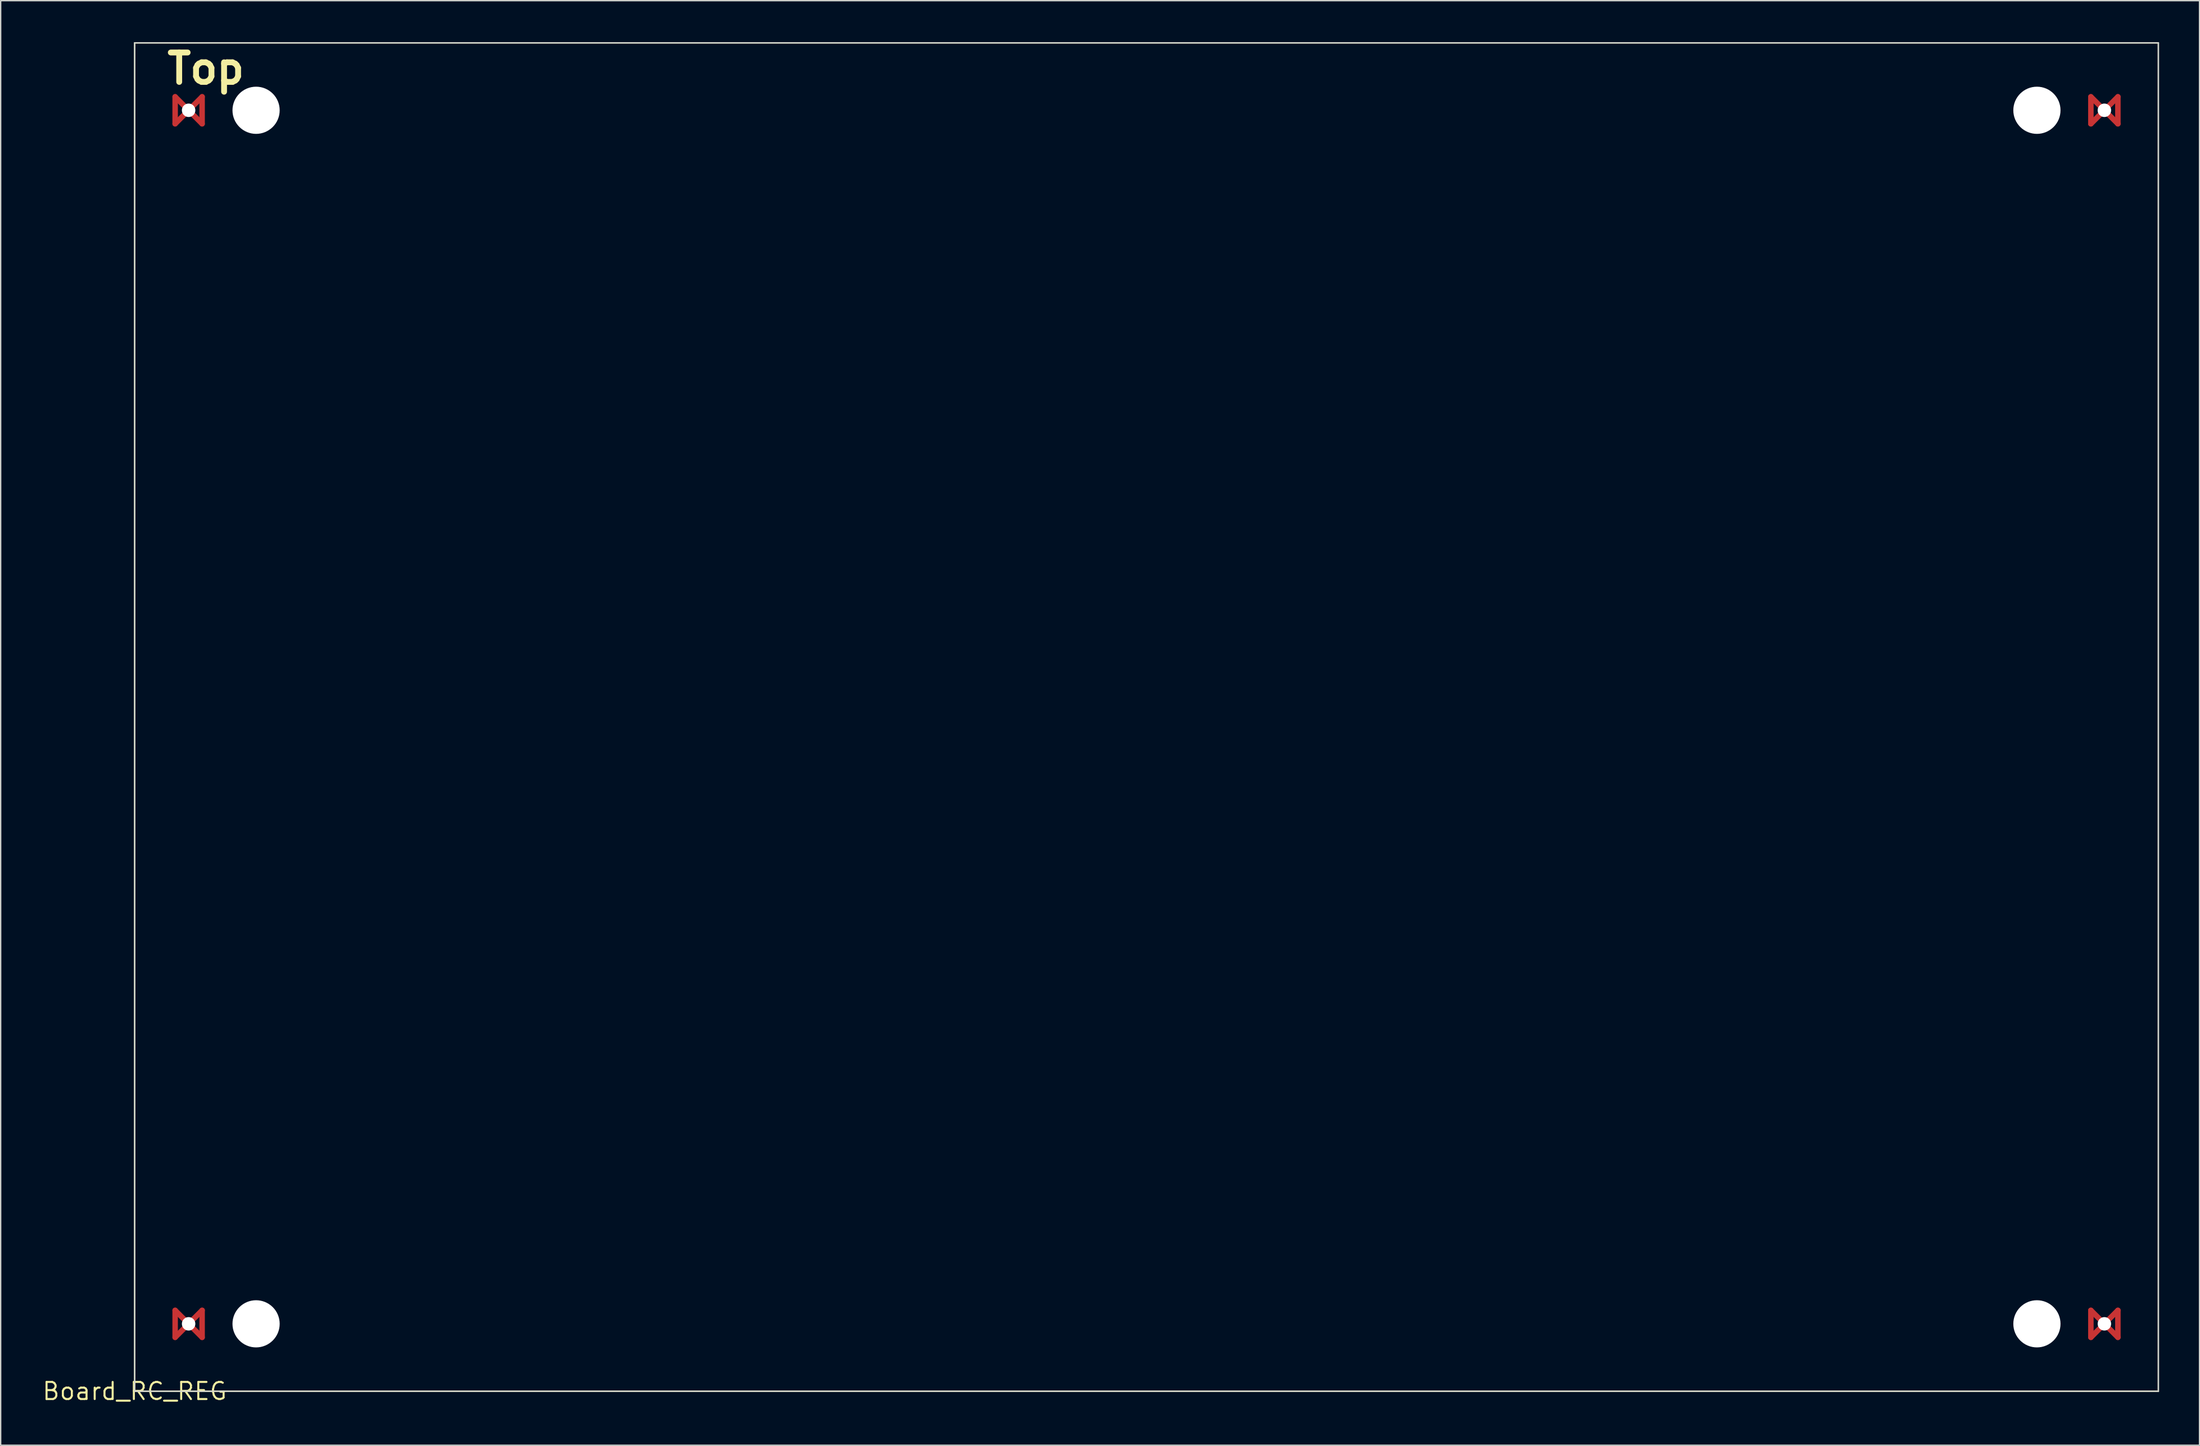
<source format=kicad_pcb>
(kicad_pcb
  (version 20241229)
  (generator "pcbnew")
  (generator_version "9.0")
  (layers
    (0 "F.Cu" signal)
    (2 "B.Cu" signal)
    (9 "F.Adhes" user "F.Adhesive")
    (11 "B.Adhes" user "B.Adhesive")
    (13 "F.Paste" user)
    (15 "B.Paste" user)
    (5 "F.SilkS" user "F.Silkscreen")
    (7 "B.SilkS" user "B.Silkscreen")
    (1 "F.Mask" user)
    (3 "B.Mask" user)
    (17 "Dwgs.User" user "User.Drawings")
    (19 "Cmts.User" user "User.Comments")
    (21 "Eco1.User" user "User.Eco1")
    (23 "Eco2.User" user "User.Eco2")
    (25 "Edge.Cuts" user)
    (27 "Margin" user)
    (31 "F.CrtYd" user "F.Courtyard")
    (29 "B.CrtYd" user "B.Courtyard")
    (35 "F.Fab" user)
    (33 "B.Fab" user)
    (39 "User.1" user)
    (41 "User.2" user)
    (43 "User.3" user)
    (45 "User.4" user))
  (footprint "Board_RC_REG"
    (layer "F.Cu")
    (at 6.932 100.128)
    (property "Reference" "Board_RC_REG" (at 0 0 0) (layer "F.SilkS") (effects (font (size 1.27 1.27) (thickness 0.15))))
    (attr exclude_from_pos_files exclude_from_bom)
    (fp_line (start 3 -95.999) (end 4.999 -93.998) (stroke (width 0.406) (type solid)) (layer "F.Cu"))
    (fp_line (start 3 -93.998) (end 3 -95.999) (stroke (width 0.406) (type solid)) (layer "F.Cu"))
    (fp_line (start 3 -5.999) (end 3 -3.998) (stroke (width 0.406) (type solid)) (layer "F.Cu"))
    (fp_line (start 3 -3.998) (end 4.999 -5.999) (stroke (width 0.406) (type solid)) (layer "F.Cu"))
    (fp_line (start 4.999 -95.999) (end 3 -93.998) (stroke (width 0.406) (type solid)) (layer "F.Cu"))
    (fp_line (start 4.999 -93.998) (end 4.999 -95.999) (stroke (width 0.406) (type solid)) (layer "F.Cu"))
    (fp_line (start 4.999 -5.999) (end 4.999 -3.998) (stroke (width 0.406) (type solid)) (layer "F.Cu"))
    (fp_line (start 4.999 -3.998) (end 3 -5.999) (stroke (width 0.406) (type solid)) (layer "F.Cu"))
    (fp_line (start 144.998 -95.999) (end 147 -93.998) (stroke (width 0.406) (type solid)) (layer "F.Cu"))
    (fp_line (start 144.998 -93.998) (end 144.998 -95.999) (stroke (width 0.406) (type solid)) (layer "F.Cu"))
    (fp_line (start 144.998 -5.999) (end 144.998 -3.998) (stroke (width 0.406) (type solid)) (layer "F.Cu"))
    (fp_line (start 144.998 -3.998) (end 147 -5.999) (stroke (width 0.406) (type solid)) (layer "F.Cu"))
    (fp_line (start 147 -95.999) (end 144.998 -93.998) (stroke (width 0.406) (type solid)) (layer "F.Cu"))
    (fp_line (start 147 -93.998) (end 147 -95.999) (stroke (width 0.406) (type solid)) (layer "F.Cu"))
    (fp_line (start 147 -5.999) (end 147 -3.998) (stroke (width 0.406) (type solid)) (layer "F.Cu"))
    (fp_line (start 147 -3.998) (end 144.998 -5.999) (stroke (width 0.406) (type solid)) (layer "F.Cu"))
    (fp_line (start 3 -95.999) (end 4.999 -93.998) (stroke (width 0.406) (type solid)) (layer "F.Mask"))
    (fp_line (start 3 -93.998) (end 3 -95.999) (stroke (width 0.406) (type solid)) (layer "F.Mask"))
    (fp_line (start 3 -5.999) (end 4.999 -3.998) (stroke (width 0.406) (type solid)) (layer "F.Mask"))
    (fp_line (start 3 -3.998) (end 3 -5.999) (stroke (width 0.406) (type solid)) (layer "F.Mask"))
    (fp_line (start 4.999 -95.999) (end 3 -93.998) (stroke (width 0.406) (type solid)) (layer "F.Mask"))
    (fp_line (start 4.999 -93.998) (end 4.999 -95.999) (stroke (width 0.406) (type solid)) (layer "F.Mask"))
    (fp_line (start 4.999 -5.999) (end 3 -3.998) (stroke (width 0.406) (type solid)) (layer "F.Mask"))
    (fp_line (start 4.999 -3.998) (end 4.999 -5.999) (stroke (width 0.406) (type solid)) (layer "F.Mask"))
    (fp_line (start 144.998 -95.999) (end 147 -93.998) (stroke (width 0.406) (type solid)) (layer "F.Mask"))
    (fp_line (start 144.998 -93.998) (end 144.998 -95.999) (stroke (width 0.406) (type solid)) (layer "F.Mask"))
    (fp_line (start 144.998 -5.999) (end 147 -3.998) (stroke (width 0.406) (type solid)) (layer "F.Mask"))
    (fp_line (start 144.998 -3.998) (end 144.998 -5.999) (stroke (width 0.406) (type solid)) (layer "F.Mask"))
    (fp_line (start 147 -95.999) (end 144.998 -93.998) (stroke (width 0.406) (type solid)) (layer "F.Mask"))
    (fp_line (start 147 -93.998) (end 147 -95.999) (stroke (width 0.406) (type solid)) (layer "F.Mask"))
    (fp_line (start 147 -5.999) (end 144.998 -3.998) (stroke (width 0.406) (type solid)) (layer "F.Mask"))
    (fp_line (start 147 -3.998) (end 147 -5.999) (stroke (width 0.406) (type solid)) (layer "F.Mask"))
    (fp_line (start 3 -95.999) (end 4.999 -93.998) (stroke (width 0.406) (type solid)) (layer "B.Mask"))
    (fp_line (start 3 -93.998) (end 3 -95.999) (stroke (width 0.406) (type solid)) (layer "B.Mask"))
    (fp_line (start 3 -5.999) (end 4.999 -3.998) (stroke (width 0.406) (type solid)) (layer "B.Mask"))
    (fp_line (start 3 -3.998) (end 3 -5.999) (stroke (width 0.406) (type solid)) (layer "B.Mask"))
    (fp_line (start 4.999 -95.999) (end 3 -93.998) (stroke (width 0.406) (type solid)) (layer "B.Mask"))
    (fp_line (start 4.999 -93.998) (end 4.999 -95.999) (stroke (width 0.406) (type solid)) (layer "B.Mask"))
    (fp_line (start 4.999 -5.999) (end 3 -3.998) (stroke (width 0.406) (type solid)) (layer "B.Mask"))
    (fp_line (start 4.999 -3.998) (end 4.999 -5.999) (stroke (width 0.406) (type solid)) (layer "B.Mask"))
    (fp_line (start 144.998 -95.999) (end 147 -93.998) (stroke (width 0.406) (type solid)) (layer "B.Mask"))
    (fp_line (start 144.998 -93.998) (end 144.998 -95.999) (stroke (width 0.406) (type solid)) (layer "B.Mask"))
    (fp_line (start 144.998 -5.999) (end 147 -3.998) (stroke (width 0.406) (type solid)) (layer "B.Mask"))
    (fp_line (start 144.998 -3.998) (end 144.998 -5.999) (stroke (width 0.406) (type solid)) (layer "B.Mask"))
    (fp_line (start 147 -95.999) (end 144.998 -93.998) (stroke (width 0.406) (type solid)) (layer "B.Mask"))
    (fp_line (start 147 -93.998) (end 147 -95.999) (stroke (width 0.406) (type solid)) (layer "B.Mask"))
    (fp_line (start 147 -5.999) (end 144.998 -3.998) (stroke (width 0.406) (type solid)) (layer "B.Mask"))
    (fp_line (start 147 -3.998) (end 147 -5.999) (stroke (width 0.406) (type solid)) (layer "B.Mask"))
    (fp_line (start 0 -100) (end 0 0) (stroke (width 0.1) (type solid)) (layer "F.SilkS"))
    (fp_line (start 0 0) (end 150 0) (stroke (width 0.1) (type solid)) (layer "F.SilkS"))
    (fp_line (start 150 -100) (end 0 -100) (stroke (width 0.1) (type solid)) (layer "F.SilkS"))
    (fp_line (start 150 0) (end 150 -100) (stroke (width 0.1) (type solid)) (layer "F.SilkS"))
    (fp_line (start 3 -95.999) (end 4.999 -93.998) (stroke (width 0.406) (type solid)) (layer "B.Adhes"))
    (fp_line (start 3 -93.998) (end 3 -95.999) (stroke (width 0.406) (type solid)) (layer "B.Adhes"))
    (fp_line (start 3 -5.999) (end 4.999 -3.998) (stroke (width 0.406) (type solid)) (layer "B.Adhes"))
    (fp_line (start 3 -3.998) (end 3 -5.999) (stroke (width 0.406) (type solid)) (layer "B.Adhes"))
    (fp_line (start 4.999 -95.999) (end 3 -93.998) (stroke (width 0.406) (type solid)) (layer "B.Adhes"))
    (fp_line (start 4.999 -93.998) (end 4.999 -95.999) (stroke (width 0.406) (type solid)) (layer "B.Adhes"))
    (fp_line (start 4.999 -5.999) (end 3 -3.998) (stroke (width 0.406) (type solid)) (layer "B.Adhes"))
    (fp_line (start 4.999 -3.998) (end 4.999 -5.999) (stroke (width 0.406) (type solid)) (layer "B.Adhes"))
    (fp_line (start 144.998 -95.999) (end 147 -93.998) (stroke (width 0.406) (type solid)) (layer "B.Adhes"))
    (fp_line (start 144.998 -93.998) (end 144.998 -95.999) (stroke (width 0.406) (type solid)) (layer "B.Adhes"))
    (fp_line (start 144.998 -5.999) (end 147 -3.998) (stroke (width 0.406) (type solid)) (layer "B.Adhes"))
    (fp_line (start 144.998 -3.998) (end 144.998 -5.999) (stroke (width 0.406) (type solid)) (layer "B.Adhes"))
    (fp_line (start 147 -95.999) (end 144.998 -93.998) (stroke (width 0.406) (type solid)) (layer "B.Adhes"))
    (fp_line (start 147 -93.998) (end 147 -95.999) (stroke (width 0.406) (type solid)) (layer "B.Adhes"))
    (fp_line (start 147 -5.999) (end 144.998 -3.998) (stroke (width 0.406) (type solid)) (layer "B.Adhes"))
    (fp_line (start 147 -3.998) (end 147 -5.999) (stroke (width 0.406) (type solid)) (layer "B.Adhes"))
    (fp_line (start 0 -100) (end 0 0) (stroke (width 0.1) (type solid)) (layer "Edge.Cuts"))
    (fp_line (start 0 0) (end 150 0) (stroke (width 0.1) (type solid)) (layer "Edge.Cuts"))
    (fp_line (start 150 -100) (end 0 -100) (stroke (width 0.1) (type solid)) (layer "Edge.Cuts"))
    (fp_line (start 150 0) (end 150 -100) (stroke (width 0.1) (type solid)) (layer "Edge.Cuts"))
    (fp_text user "Top" (at 5.276 -98.09 0) (layer "F.Mask") (effects (font (size 2.182 2.182) (thickness 0.434))))
    (fp_text user "Bot" (at 10.274 -98.09 0) (layer "B.Mask") (effects (font (size 2.182 2.182) (thickness 0.434)) (justify mirror)))
    (fp_text user "Top" (at 5.276 -98.09 0) (layer "F.SilkS") (effects (font (size 2.182 2.182) (thickness 0.434))))
    (fp_text user "Bot" (at 10.274 -98.09 0) (layer "B.Adhes") (effects (font (size 2.182 2.182) (thickness 0.434)) (justify mirror)))
    (pad "" np_thru_hole circle (at 3.998 -94.999) (size 0.998 0.998) (drill 0.998) (layers "*.Cu" "*.Mask"))
    (pad "" np_thru_hole circle (at 3.998 -4.999) (size 0.998 0.998) (drill 0.998) (layers "*.Cu" "*.Mask"))
    (pad "" np_thru_hole circle (at 8.999 -94.999) (size 3.498 3.498) (drill 3.498) (layers "*.Cu" "*.Mask"))
    (pad "" np_thru_hole circle (at 8.999 -4.999) (size 3.498 3.498) (drill 3.498) (layers "*.Cu" "*.Mask"))
    (pad "" np_thru_hole circle (at 140.998 -94.999) (size 3.498 3.498) (drill 3.498) (layers "*.Cu" "*.Mask"))
    (pad "" np_thru_hole circle (at 140.998 -4.999) (size 3.498 3.498) (drill 3.498) (layers "*.Cu" "*.Mask"))
    (pad "" np_thru_hole circle (at 145.999 -94.999) (size 0.998 0.998) (drill 0.998) (layers "*.Cu" "*.Mask"))
    (pad "" np_thru_hole circle (at 145.999 -4.999) (size 0.998 0.998) (drill 0.998) (layers "*.Cu" "*.Mask")))
  (gr_rect
    (start -3 -3)
    (end 159.982 104.135)
    (stroke (width 0.1) (type default))
    (fill no)
    (layer "Edge.Cuts")))
</source>
